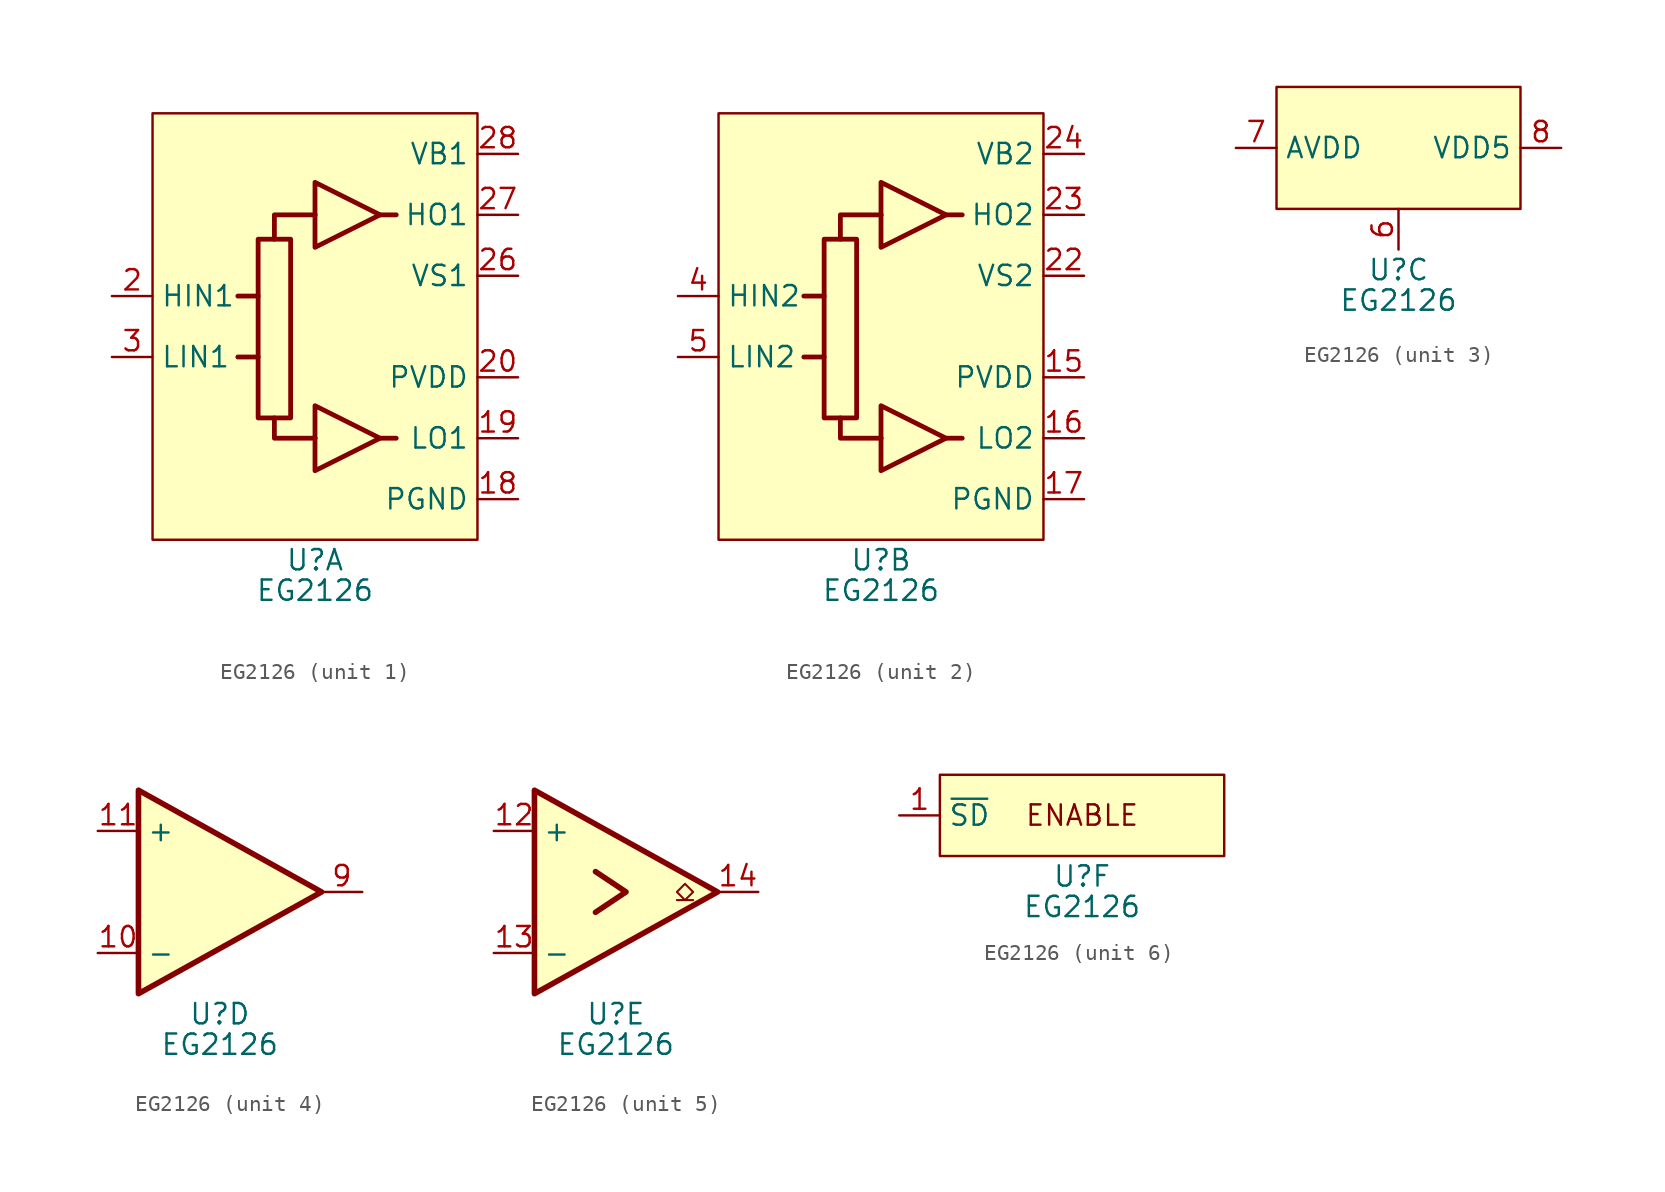
<source format=kicad_sym>
(kicad_symbol_lib
  (version 20220914)
  (generator kicad_symbol_editor)
  (symbol "EG2126"
    (property "Reference" "U"
      (at 0 -1.27 0)
      (effects (font (size 1.27 1.27))))
    (property "Value" "EG2126"
      (at 0 -3.175 0)
      (effects (font (size 1.27 1.27))))
    (symbol "EG2126_1_1"
      (rectangle (start -10.16 26.67) (end 10.16 0) (stroke (width 0) (type default)) (fill (type background)))
      (rectangle (start -1.524 18.796) (end -3.556 7.62) (stroke (width 0.3) (type default)) (fill (type none)))
      (polyline (pts (xy -4.826 15.24) (xy -3.556 15.24)) (stroke (width 0.3) (type default)) (fill (type none)))
      (polyline (pts (xy -4.826 11.43) (xy -3.81 11.43) (xy -3.556 11.43)) (stroke (width 0.3) (type default)) (fill (type none)))
      (polyline (pts (xy -2.54 7.62) (xy -2.54 6.35) (xy 0 6.35)) (stroke (width 0.3) (type default)) (fill (type none)))
      (polyline (pts (xy -2.54 18.796) (xy -2.54 20.32) (xy 0 20.32)) (stroke (width 0.3) (type default)) (fill (type none)))
      (polyline (pts (xy 0 6.35) (xy 0 4.318) (xy 4.064 6.35)) (stroke (width 0.3) (type default)) (fill (type none)))
      (polyline (pts (xy 0 20.32) (xy 0 18.288) (xy 4.064 20.32)) (stroke (width 0.3) (type default)) (fill (type none)))
      (polyline (pts (xy 5.08 6.35) (xy 4.064 6.35) (xy 0 8.382) (xy 0 6.35)) (stroke (width 0.3) (type default)) (fill (type none)))
      (polyline (pts (xy 5.08 20.32) (xy 4.064 20.32) (xy 0 22.352) (xy 0 20.32)) (stroke (width 0.3) (type default)) (fill (type none)))
      (pin passive line (at 12.7 2.54 180) (length 2.54) (name "PGND" (effects (font (size 1.27 1.27)))) (number "18" (effects (font (size 1.27 1.27)))))
      (pin output line (at 12.7 6.35 180) (length 2.54) (name "LO1" (effects (font (size 1.27 1.27)))) (number "19" (effects (font (size 1.27 1.27)))))
      (pin input line (at -12.7 15.24 0) (length 2.54) (name "HIN1" (effects (font (size 1.27 1.27)))) (number "2" (effects (font (size 1.27 1.27)))))
      (pin power_in line (at 12.7 10.16 180) (length 2.54) (name "PVDD" (effects (font (size 1.27 1.27)))) (number "20" (effects (font (size 1.27 1.27)))))
      (pin power_out line (at 12.7 16.51 180) (length 2.54) (name "VS1" (effects (font (size 1.27 1.27)))) (number "26" (effects (font (size 1.27 1.27)))))
      (pin output line (at 12.7 20.32 180) (length 2.54) (name "HO1" (effects (font (size 1.27 1.27)))) (number "27" (effects (font (size 1.27 1.27)))))
      (pin power_in line (at 12.7 24.13 180) (length 2.54) (name "VB1" (effects (font (size 1.27 1.27)))) (number "28" (effects (font (size 1.27 1.27)))))
      (pin input line (at -12.7 11.43 0) (length 2.54) (name "LIN1" (effects (font (size 1.27 1.27)))) (number "3" (effects (font (size 1.27 1.27))))))
    (symbol "EG2126_2_1"
      (rectangle (start -10.16 26.67) (end 10.16 0) (stroke (width 0) (type default)) (fill (type background)))
      (rectangle (start -1.524 18.796) (end -3.556 7.62) (stroke (width 0.3) (type default)) (fill (type none)))
      (polyline (pts (xy -4.826 15.24) (xy -3.556 15.24)) (stroke (width 0.3) (type default)) (fill (type none)))
      (polyline (pts (xy -4.826 11.43) (xy -3.81 11.43) (xy -3.556 11.43)) (stroke (width 0.3) (type default)) (fill (type none)))
      (polyline (pts (xy -2.54 7.62) (xy -2.54 6.35) (xy 0 6.35)) (stroke (width 0.3) (type default)) (fill (type none)))
      (polyline (pts (xy -2.54 18.796) (xy -2.54 20.32) (xy 0 20.32)) (stroke (width 0.3) (type default)) (fill (type none)))
      (polyline (pts (xy 0 6.35) (xy 0 4.318) (xy 4.064 6.35)) (stroke (width 0.3) (type default)) (fill (type none)))
      (polyline (pts (xy 0 20.32) (xy 0 18.288) (xy 4.064 20.32)) (stroke (width 0.3) (type default)) (fill (type none)))
      (polyline (pts (xy 5.08 6.35) (xy 4.064 6.35) (xy 0 8.382) (xy 0 6.35)) (stroke (width 0.3) (type default)) (fill (type none)))
      (polyline (pts (xy 5.08 20.32) (xy 4.064 20.32) (xy 0 22.352) (xy 0 20.32)) (stroke (width 0.3) (type default)) (fill (type none)))
      (pin power_in line (at 12.7 10.16 180) (length 2.54) (name "PVDD" (effects (font (size 1.27 1.27)))) (number "15" (effects (font (size 1.27 1.27)))))
      (pin output line (at 12.7 6.35 180) (length 2.54) (name "LO2" (effects (font (size 1.27 1.27)))) (number "16" (effects (font (size 1.27 1.27)))))
      (pin passive line (at 12.7 2.54 180) (length 2.54) (name "PGND" (effects (font (size 1.27 1.27)))) (number "17" (effects (font (size 1.27 1.27)))))
      (pin power_out line (at 12.7 16.51 180) (length 2.54) (name "VS2" (effects (font (size 1.27 1.27)))) (number "22" (effects (font (size 1.27 1.27)))))
      (pin output line (at 12.7 20.32 180) (length 2.54) (name "HO2" (effects (font (size 1.27 1.27)))) (number "23" (effects (font (size 1.27 1.27)))))
      (pin power_in line (at 12.7 24.13 180) (length 2.54) (name "VB2" (effects (font (size 1.27 1.27)))) (number "24" (effects (font (size 1.27 1.27)))))
      (pin input line (at -12.7 15.24 0) (length 2.54) (name "HIN2" (effects (font (size 1.27 1.27)))) (number "4" (effects (font (size 1.27 1.27)))))
      (pin input line (at -12.7 11.43 0) (length 2.54) (name "LIN2" (effects (font (size 1.27 1.27)))) (number "5" (effects (font (size 1.27 1.27))))))
    (symbol "EG2126_3_1"
      (rectangle (start -7.62 10.16) (end 7.62 2.54) (stroke (width 0) (type default)) (fill (type background)))
      (pin passive line (at 0 0 90) (length 2.54) (name "AGND" (effects (font (size 0 0)))) (number "6" (effects (font (size 1.27 1.27)))))
      (pin power_in line (at -10.16 6.35 0) (length 2.54) (name "AVDD" (effects (font (size 1.27 1.27)))) (number "7" (effects (font (size 1.27 1.27)))))
      (pin power_out line (at 10.16 6.35 180) (length 2.54) (name "VDD5" (effects (font (size 1.27 1.27)))) (number "8" (effects (font (size 1.27 1.27))))))
    (symbol "EG2126_4_1"
      (polyline (pts (xy -5.08 12.7) (xy -5.08 0) (xy 6.35 6.35) (xy -5.08 12.7)) (stroke (width 0.35) (type default)) (fill (type background)))
      (pin input line (at -7.62 2.54 0) (length 2.54) (name "-" (effects (font (size 1.27 1.27)))) (number "10" (effects (font (size 1.27 1.27)))))
      (pin input line (at -7.62 10.16 0) (length 2.54) (name "+" (effects (font (size 1.27 1.27)))) (number "11" (effects (font (size 1.27 1.27)))))
      (pin output line (at 8.89 6.35 180) (length 2.54) (name "AMPO" (effects (font (size 0 0)))) (number "9" (effects (font (size 1.27 1.27))))))
    (symbol "EG2126_5_1"
      (polyline (pts (xy -1.27 7.62) (xy 0.635 6.35) (xy -1.27 5.08)) (stroke (width 0.35) (type default)) (fill (type none)))
      (polyline (pts (xy -5.08 12.7) (xy -5.08 0) (xy 6.35 6.35) (xy -5.08 12.7)) (stroke (width 0.35) (type default)) (fill (type background)))
      (polyline (pts (xy 4.826 5.842) (xy 4.318 5.842) (xy 4.826 6.35) (xy 4.318 6.858) (xy 3.81 6.35) (xy 4.318 5.842) (xy 3.81 5.842)) (stroke (width 0.127) (type default)) (fill (type none)))
      (pin input line (at -7.62 10.16 0) (length 2.54) (name "+" (effects (font (size 1.27 1.27)))) (number "12" (effects (font (size 1.27 1.27)))))
      (pin input line (at -7.62 2.54 0) (length 2.54) (name "-" (effects (font (size 1.27 1.27)))) (number "13" (effects (font (size 1.27 1.27)))))
      (pin output line (at 8.89 6.35 180) (length 2.54) (name "COMPO" (effects (font (size 0 0)))) (number "14" (effects (font (size 1.27 1.27))))))
    (symbol "EG2126_6_0"
      (rectangle (start -8.89 5.08) (end 8.89 0) (stroke (width 0) (type default)) (fill (type background)))
      (text "ENABLE" (at 0 2.54 0) (effects (font (size 1.27 1.27)))))
    (symbol "EG2126_6_1"
      (pin input line (at -11.43 2.54 0) (length 2.54) (name "~{SD}" (effects (font (size 1.27 1.27)))) (number "1" (effects (font (size 1.27 1.27)))))
      (pin no_connect line (at 11.43 1.27 180) (length 2.54) hide (name "NC" (effects (font (size 1.27 1.27)))) (number "21" (effects (font (size 1.27 1.27)))))
      (pin no_connect line (at 11.43 3.81 180) (length 2.54) hide (name "NC" (effects (font (size 1.27 1.27)))) (number "25" (effects (font (size 1.27 1.27))))))))
</source>
